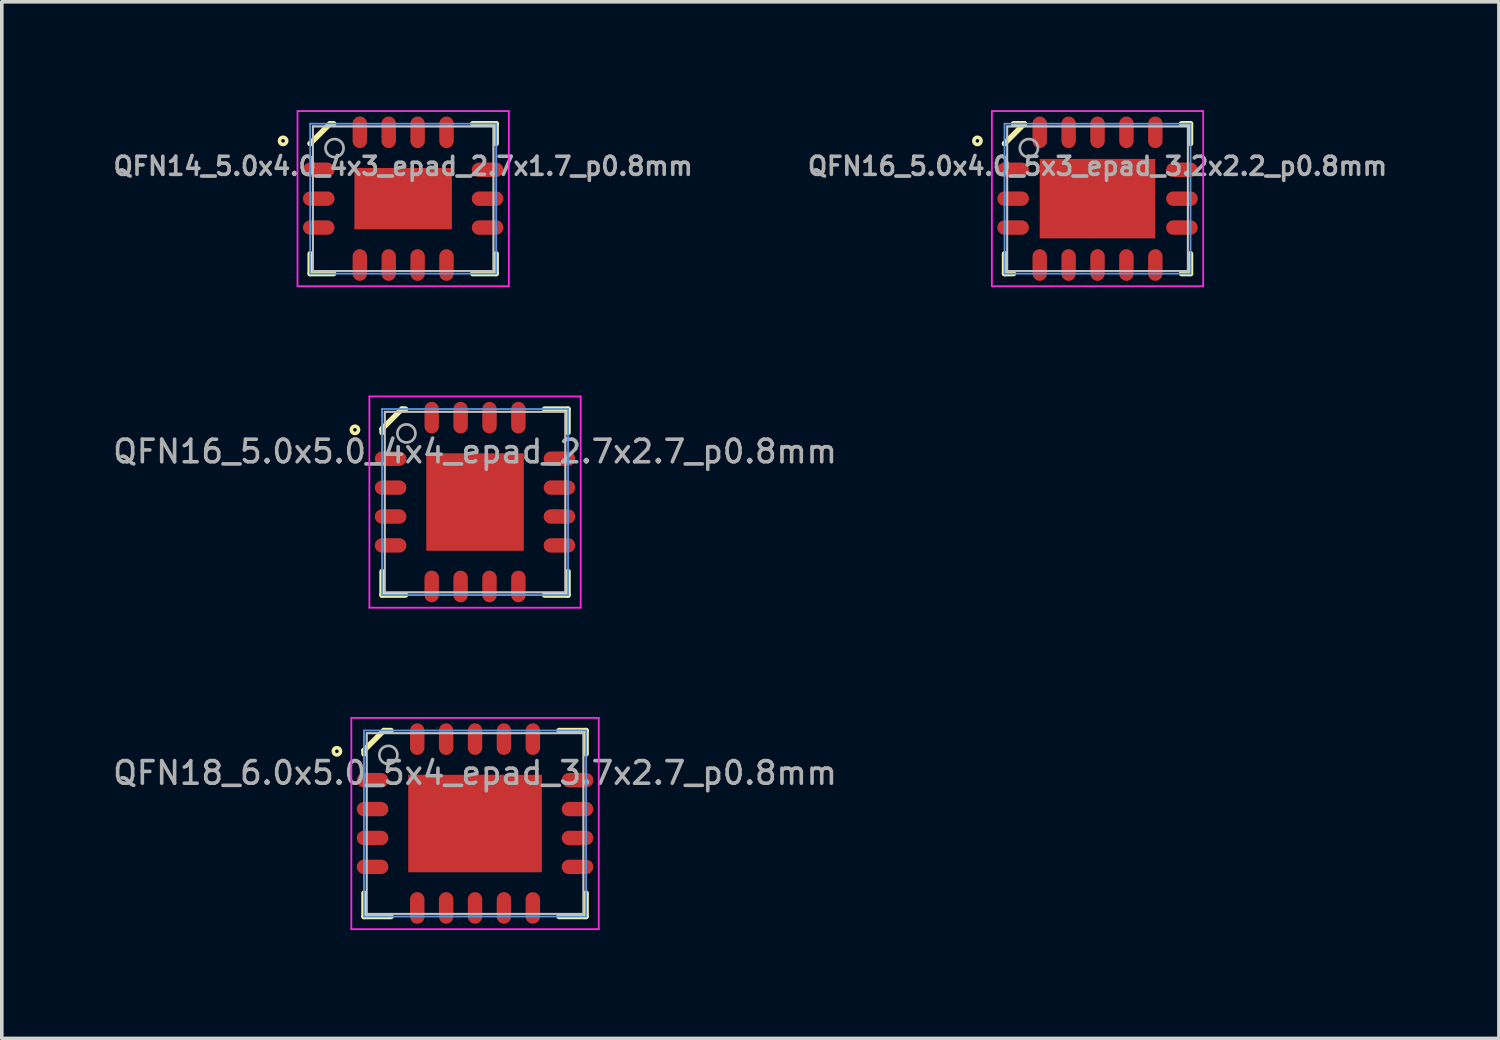
<source format=kicad_pcb>
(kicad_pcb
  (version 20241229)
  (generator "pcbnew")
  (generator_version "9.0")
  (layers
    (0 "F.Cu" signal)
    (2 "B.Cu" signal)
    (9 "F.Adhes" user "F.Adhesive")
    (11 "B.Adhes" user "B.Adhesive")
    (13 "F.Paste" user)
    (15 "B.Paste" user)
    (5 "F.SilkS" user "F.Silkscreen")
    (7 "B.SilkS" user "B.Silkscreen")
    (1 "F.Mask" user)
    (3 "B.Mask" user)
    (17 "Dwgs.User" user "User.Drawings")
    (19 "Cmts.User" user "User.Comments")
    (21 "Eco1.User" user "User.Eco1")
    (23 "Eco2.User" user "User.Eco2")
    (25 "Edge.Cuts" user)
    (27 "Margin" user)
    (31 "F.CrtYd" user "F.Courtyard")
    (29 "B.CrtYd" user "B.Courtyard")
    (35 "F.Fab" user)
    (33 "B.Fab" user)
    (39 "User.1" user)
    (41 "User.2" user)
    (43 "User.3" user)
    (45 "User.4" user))
  (footprint "QFN18_6.0x5.0_5x4_epad_3.7x2.7_p0.8mm"
    (layer "F.Cu")
    (at 10.102 19.75)
    (property "Reference" "QFN18_6.0x5.0_5x4_epad_3.7x2.7_p0.8mm" (at 0 -1.4 0) (layer "F.Fab") (effects (font (size 0.625 0.625) (thickness 0.1))))
    (attr through_hole)
    (fp_line (start -3.075 -2.025) (end -3.075 -1.925) (stroke (width 0.15) (type solid)) (layer "F.SilkS"))
    (fp_line (start -3.075 -2.025) (end -2.525 -2.575) (stroke (width 0.15) (type solid)) (layer "F.SilkS"))
    (fp_line (start -3.075 2.575) (end -3.075 1.925) (stroke (width 0.15) (type solid)) (layer "F.SilkS"))
    (fp_line (start -3.075 2.575) (end -2.325 2.575) (stroke (width 0.15) (type solid)) (layer "F.SilkS"))
    (fp_line (start -2.325 -2.575) (end -2.525 -2.575) (stroke (width 0.15) (type solid)) (layer "F.SilkS"))
    (fp_line (start 3.075 -2.575) (end 2.325 -2.575) (stroke (width 0.15) (type solid)) (layer "F.SilkS"))
    (fp_line (start 3.075 -2.575) (end 3.075 -1.925) (stroke (width 0.15) (type solid)) (layer "F.SilkS"))
    (fp_line (start 3.075 2.575) (end 2.325 2.575) (stroke (width 0.15) (type solid)) (layer "F.SilkS"))
    (fp_line (start 3.075 2.575) (end 3.075 1.925) (stroke (width 0.15) (type solid)) (layer "F.SilkS"))
    (fp_circle (center -3.825 -2) (end -3.754 -1.929) (stroke (width 0.1) (type solid)) (fill no) (layer "F.SilkS"))
    (fp_line (start -3 -2.5) (end -3 2.5) (stroke (width 0.05) (type solid)) (layer "Dwgs.User"))
    (fp_line (start -3 -2.5) (end 3 -2.5) (stroke (width 0.05) (type solid)) (layer "Dwgs.User"))
    (fp_line (start -3 2.5) (end 3 2.5) (stroke (width 0.05) (type solid)) (layer "Dwgs.User"))
    (fp_line (start 3 -2.5) (end 3 2.5) (stroke (width 0.05) (type solid)) (layer "Dwgs.User"))
    (fp_line (start -3.075 -2.575) (end -3.075 2.575) (stroke (width 0.05) (type solid)) (layer "Cmts.User"))
    (fp_line (start -3.075 -2.575) (end 3.075 -2.575) (stroke (width 0.05) (type solid)) (layer "Cmts.User"))
    (fp_line (start -3.075 2.575) (end 3.075 2.575) (stroke (width 0.05) (type solid)) (layer "Cmts.User"))
    (fp_line (start 3.075 -2.575) (end 3.075 2.575) (stroke (width 0.05) (type solid)) (layer "Cmts.User"))
    (fp_line (start -2.925 -2.425) (end -2.925 2.425) (stroke (width 0.05) (type solid)) (layer "Eco1.User"))
    (fp_line (start -2.925 -2.425) (end 2.925 -2.425) (stroke (width 0.05) (type solid)) (layer "Eco1.User"))
    (fp_line (start -2.925 2.425) (end 2.925 2.425) (stroke (width 0.05) (type solid)) (layer "Eco1.User"))
    (fp_line (start 2.925 -2.425) (end 2.925 2.425) (stroke (width 0.05) (type solid)) (layer "Eco1.User"))
    (fp_line (start -3.425 -2.925) (end -3.425 2.925) (stroke (width 0.05) (type solid)) (layer "F.CrtYd"))
    (fp_line (start -3.425 -2.925) (end 3.425 -2.925) (stroke (width 0.05) (type solid)) (layer "F.CrtYd"))
    (fp_line (start -3.425 2.925) (end 3.425 2.925) (stroke (width 0.05) (type solid)) (layer "F.CrtYd"))
    (fp_line (start 3.425 -2.925) (end 3.425 2.925) (stroke (width 0.05) (type solid)) (layer "F.CrtYd"))
    (fp_line (start -3 -2.5) (end -3 2.5) (stroke (width 0.05) (type solid)) (layer "F.Fab"))
    (fp_line (start -3 -2.5) (end 3 -2.5) (stroke (width 0.05) (type solid)) (layer "F.Fab"))
    (fp_line (start -3 2.5) (end 3 2.5) (stroke (width 0.05) (type solid)) (layer "F.Fab"))
    (fp_line (start 3 -2.5) (end 3 2.5) (stroke (width 0.05) (type solid)) (layer "F.Fab"))
    (fp_circle (center -2.4 -1.9) (end -2.223 -1.723) (stroke (width 0.075) (type solid)) (fill no) (layer "F.Fab"))
    (pad "1" smd oval (at -2.837 -1.2 180) (size 0.875 0.4) (layers "F.Cu" "F.Mask" "F.Paste"))
    (pad "2" smd oval (at -2.837 -0.4 180) (size 0.875 0.4) (layers "F.Cu" "F.Mask" "F.Paste"))
    (pad "3" smd oval (at -2.837 0.4 180) (size 0.875 0.4) (layers "F.Cu" "F.Mask" "F.Paste"))
    (pad "4" smd oval (at -2.837 1.2 180) (size 0.875 0.4) (layers "F.Cu" "F.Mask" "F.Paste"))
    (pad "5" smd oval (at -1.6 2.337 270) (size 0.875 0.4) (layers "F.Cu" "F.Mask" "F.Paste"))
    (pad "6" smd oval (at -0.8 2.337 270) (size 0.875 0.4) (layers "F.Cu" "F.Mask" "F.Paste"))
    (pad "7" smd oval (at 0 2.337 270) (size 0.875 0.4) (layers "F.Cu" "F.Mask" "F.Paste"))
    (pad "8" smd oval (at 0.8 2.337 270) (size 0.875 0.4) (layers "F.Cu" "F.Mask" "F.Paste"))
    (pad "9" smd oval (at 1.6 2.337 270) (size 0.875 0.4) (layers "F.Cu" "F.Mask" "F.Paste"))
    (pad "10" smd oval (at 2.837 1.2) (size 0.875 0.4) (layers "F.Cu" "F.Mask" "F.Paste"))
    (pad "11" smd oval (at 2.837 0.4) (size 0.875 0.4) (layers "F.Cu" "F.Mask" "F.Paste"))
    (pad "12" smd oval (at 2.837 -0.4) (size 0.875 0.4) (layers "F.Cu" "F.Mask" "F.Paste"))
    (pad "13" smd oval (at 2.837 -1.2) (size 0.875 0.4) (layers "F.Cu" "F.Mask" "F.Paste"))
    (pad "14" smd oval (at 1.6 -2.337 90) (size 0.875 0.4) (layers "F.Cu" "F.Mask" "F.Paste"))
    (pad "15" smd oval (at 0.8 -2.337 90) (size 0.875 0.4) (layers "F.Cu" "F.Mask" "F.Paste"))
    (pad "16" smd oval (at 0 -2.337 90) (size 0.875 0.4) (layers "F.Cu" "F.Mask" "F.Paste"))
    (pad "17" smd oval (at -0.8 -2.337 90) (size 0.875 0.4) (layers "F.Cu" "F.Mask" "F.Paste"))
    (pad "18" smd oval (at -1.6 -2.337 90) (size 0.875 0.4) (layers "F.Cu" "F.Mask" "F.Paste"))
    (pad "19" smd rect (at 0 0) (size 3.7 2.7) (layers "F.Cu" "F.Mask" "F.Paste")))
  (footprint "QFN16_5.0x5.0_4x4_epad_2.7x2.7_p0.8mm"
    (layer "F.Cu")
    (at 10.102 10.85)
    (property "Reference" "QFN16_5.0x5.0_4x4_epad_2.7x2.7_p0.8mm" (at 0 -1.4 0) (layer "F.Fab") (effects (font (size 0.625 0.625) (thickness 0.1))))
    (attr through_hole)
    (fp_line (start -2.575 -2.025) (end -2.575 -1.925) (stroke (width 0.15) (type solid)) (layer "F.SilkS"))
    (fp_line (start -2.575 -2.025) (end -2.025 -2.575) (stroke (width 0.15) (type solid)) (layer "F.SilkS"))
    (fp_line (start -2.575 2.575) (end -2.575 1.925) (stroke (width 0.15) (type solid)) (layer "F.SilkS"))
    (fp_line (start -2.575 2.575) (end -1.925 2.575) (stroke (width 0.15) (type solid)) (layer "F.SilkS"))
    (fp_line (start -1.925 -2.575) (end -2.025 -2.575) (stroke (width 0.15) (type solid)) (layer "F.SilkS"))
    (fp_line (start 2.575 -2.575) (end 1.925 -2.575) (stroke (width 0.15) (type solid)) (layer "F.SilkS"))
    (fp_line (start 2.575 -2.575) (end 2.575 -1.925) (stroke (width 0.15) (type solid)) (layer "F.SilkS"))
    (fp_line (start 2.575 2.575) (end 1.925 2.575) (stroke (width 0.15) (type solid)) (layer "F.SilkS"))
    (fp_line (start 2.575 2.575) (end 2.575 1.925) (stroke (width 0.15) (type solid)) (layer "F.SilkS"))
    (fp_circle (center -3.325 -2) (end -3.254 -1.929) (stroke (width 0.1) (type solid)) (fill no) (layer "F.SilkS"))
    (fp_line (start -2.5 -2.5) (end -2.5 2.5) (stroke (width 0.05) (type solid)) (layer "Dwgs.User"))
    (fp_line (start -2.5 -2.5) (end 2.5 -2.5) (stroke (width 0.05) (type solid)) (layer "Dwgs.User"))
    (fp_line (start -2.5 2.5) (end 2.5 2.5) (stroke (width 0.05) (type solid)) (layer "Dwgs.User"))
    (fp_line (start 2.5 -2.5) (end 2.5 2.5) (stroke (width 0.05) (type solid)) (layer "Dwgs.User"))
    (fp_line (start -2.575 -2.575) (end -2.575 2.575) (stroke (width 0.05) (type solid)) (layer "Cmts.User"))
    (fp_line (start -2.575 -2.575) (end 2.575 -2.575) (stroke (width 0.05) (type solid)) (layer "Cmts.User"))
    (fp_line (start -2.575 2.575) (end 2.575 2.575) (stroke (width 0.05) (type solid)) (layer "Cmts.User"))
    (fp_line (start 2.575 -2.575) (end 2.575 2.575) (stroke (width 0.05) (type solid)) (layer "Cmts.User"))
    (fp_line (start -2.425 -2.425) (end -2.425 2.425) (stroke (width 0.05) (type solid)) (layer "Eco1.User"))
    (fp_line (start -2.425 -2.425) (end 2.425 -2.425) (stroke (width 0.05) (type solid)) (layer "Eco1.User"))
    (fp_line (start -2.425 2.425) (end 2.425 2.425) (stroke (width 0.05) (type solid)) (layer "Eco1.User"))
    (fp_line (start 2.425 -2.425) (end 2.425 2.425) (stroke (width 0.05) (type solid)) (layer "Eco1.User"))
    (fp_line (start -2.925 -2.925) (end -2.925 2.925) (stroke (width 0.05) (type solid)) (layer "F.CrtYd"))
    (fp_line (start -2.925 -2.925) (end 2.925 -2.925) (stroke (width 0.05) (type solid)) (layer "F.CrtYd"))
    (fp_line (start -2.925 2.925) (end 2.925 2.925) (stroke (width 0.05) (type solid)) (layer "F.CrtYd"))
    (fp_line (start 2.925 -2.925) (end 2.925 2.925) (stroke (width 0.05) (type solid)) (layer "F.CrtYd"))
    (fp_line (start -2.5 -2.5) (end -2.5 2.5) (stroke (width 0.05) (type solid)) (layer "F.Fab"))
    (fp_line (start -2.5 -2.5) (end 2.5 -2.5) (stroke (width 0.05) (type solid)) (layer "F.Fab"))
    (fp_line (start -2.5 2.5) (end 2.5 2.5) (stroke (width 0.05) (type solid)) (layer "F.Fab"))
    (fp_line (start 2.5 -2.5) (end 2.5 2.5) (stroke (width 0.05) (type solid)) (layer "F.Fab"))
    (fp_circle (center -1.9 -1.9) (end -1.723 -1.723) (stroke (width 0.075) (type solid)) (fill no) (layer "F.Fab"))
    (pad "1" smd oval (at -2.337 -1.2 180) (size 0.875 0.4) (layers "F.Cu" "F.Mask" "F.Paste"))
    (pad "2" smd oval (at -2.337 -0.4 180) (size 0.875 0.4) (layers "F.Cu" "F.Mask" "F.Paste"))
    (pad "3" smd oval (at -2.337 0.4 180) (size 0.875 0.4) (layers "F.Cu" "F.Mask" "F.Paste"))
    (pad "4" smd oval (at -2.337 1.2 180) (size 0.875 0.4) (layers "F.Cu" "F.Mask" "F.Paste"))
    (pad "5" smd oval (at -1.2 2.337 270) (size 0.875 0.4) (layers "F.Cu" "F.Mask" "F.Paste"))
    (pad "6" smd oval (at -0.4 2.337 270) (size 0.875 0.4) (layers "F.Cu" "F.Mask" "F.Paste"))
    (pad "7" smd oval (at 0.4 2.337 270) (size 0.875 0.4) (layers "F.Cu" "F.Mask" "F.Paste"))
    (pad "8" smd oval (at 1.2 2.337 270) (size 0.875 0.4) (layers "F.Cu" "F.Mask" "F.Paste"))
    (pad "9" smd oval (at 2.337 1.2) (size 0.875 0.4) (layers "F.Cu" "F.Mask" "F.Paste"))
    (pad "10" smd oval (at 2.337 0.4) (size 0.875 0.4) (layers "F.Cu" "F.Mask" "F.Paste"))
    (pad "11" smd oval (at 2.337 -0.4) (size 0.875 0.4) (layers "F.Cu" "F.Mask" "F.Paste"))
    (pad "12" smd oval (at 2.337 -1.2) (size 0.875 0.4) (layers "F.Cu" "F.Mask" "F.Paste"))
    (pad "13" smd oval (at 1.2 -2.337 90) (size 0.875 0.4) (layers "F.Cu" "F.Mask" "F.Paste"))
    (pad "14" smd oval (at 0.4 -2.337 90) (size 0.875 0.4) (layers "F.Cu" "F.Mask" "F.Paste"))
    (pad "15" smd oval (at -0.4 -2.337 90) (size 0.875 0.4) (layers "F.Cu" "F.Mask" "F.Paste"))
    (pad "16" smd oval (at -1.2 -2.337 90) (size 0.875 0.4) (layers "F.Cu" "F.Mask" "F.Paste"))
    (pad "17" smd rect (at 0 0) (size 2.7 2.7) (layers "F.Cu" "F.Mask" "F.Paste")))
  (footprint "QFN16_5.0x4.0_5x3_epad_3.2x2.2_p0.8mm"
    (layer "F.Cu")
    (at 27.336 2.45)
    (property "Reference" "QFN16_5.0x4.0_5x3_epad_3.2x2.2_p0.8mm" (at 0 -0.9 0) (layer "F.Fab") (effects (font (size 0.5 0.5) (thickness 0.1))))
    (attr through_hole)
    (fp_line (start -2.575 -1.525) (end -2.575 -1.525) (stroke (width 0.15) (type solid)) (layer "F.SilkS"))
    (fp_line (start -2.575 -1.525) (end -2.025 -2.075) (stroke (width 0.15) (type solid)) (layer "F.SilkS"))
    (fp_line (start -2.575 2.075) (end -2.575 1.525) (stroke (width 0.15) (type solid)) (layer "F.SilkS"))
    (fp_line (start -2.575 2.075) (end -2.325 2.075) (stroke (width 0.15) (type solid)) (layer "F.SilkS"))
    (fp_line (start -2.325 -2.075) (end -2.025 -2.075) (stroke (width 0.15) (type solid)) (layer "F.SilkS"))
    (fp_line (start 2.575 -2.075) (end 2.325 -2.075) (stroke (width 0.15) (type solid)) (layer "F.SilkS"))
    (fp_line (start 2.575 -2.075) (end 2.575 -1.525) (stroke (width 0.15) (type solid)) (layer "F.SilkS"))
    (fp_line (start 2.575 2.075) (end 2.325 2.075) (stroke (width 0.15) (type solid)) (layer "F.SilkS"))
    (fp_line (start 2.575 2.075) (end 2.575 1.525) (stroke (width 0.15) (type solid)) (layer "F.SilkS"))
    (fp_circle (center -3.325 -1.6) (end -3.254 -1.529) (stroke (width 0.1) (type solid)) (fill no) (layer "F.SilkS"))
    (fp_line (start -2.5 -2) (end -2.5 2) (stroke (width 0.05) (type solid)) (layer "Dwgs.User"))
    (fp_line (start -2.5 -2) (end 2.5 -2) (stroke (width 0.05) (type solid)) (layer "Dwgs.User"))
    (fp_line (start -2.5 2) (end 2.5 2) (stroke (width 0.05) (type solid)) (layer "Dwgs.User"))
    (fp_line (start 2.5 -2) (end 2.5 2) (stroke (width 0.05) (type solid)) (layer "Dwgs.User"))
    (fp_line (start -2.575 -2.075) (end -2.575 2.075) (stroke (width 0.05) (type solid)) (layer "Cmts.User"))
    (fp_line (start -2.575 -2.075) (end 2.575 -2.075) (stroke (width 0.05) (type solid)) (layer "Cmts.User"))
    (fp_line (start -2.575 2.075) (end 2.575 2.075) (stroke (width 0.05) (type solid)) (layer "Cmts.User"))
    (fp_line (start 2.575 -2.075) (end 2.575 2.075) (stroke (width 0.05) (type solid)) (layer "Cmts.User"))
    (fp_line (start -2.425 -1.925) (end -2.425 1.925) (stroke (width 0.05) (type solid)) (layer "Eco1.User"))
    (fp_line (start -2.425 -1.925) (end 2.425 -1.925) (stroke (width 0.05) (type solid)) (layer "Eco1.User"))
    (fp_line (start -2.425 1.925) (end 2.425 1.925) (stroke (width 0.05) (type solid)) (layer "Eco1.User"))
    (fp_line (start 2.425 -1.925) (end 2.425 1.925) (stroke (width 0.05) (type solid)) (layer "Eco1.User"))
    (fp_line (start -2.925 -2.425) (end -2.925 2.425) (stroke (width 0.05) (type solid)) (layer "F.CrtYd"))
    (fp_line (start -2.925 -2.425) (end 2.925 -2.425) (stroke (width 0.05) (type solid)) (layer "F.CrtYd"))
    (fp_line (start -2.925 2.425) (end 2.925 2.425) (stroke (width 0.05) (type solid)) (layer "F.CrtYd"))
    (fp_line (start 2.925 -2.425) (end 2.925 2.425) (stroke (width 0.05) (type solid)) (layer "F.CrtYd"))
    (fp_line (start -2.5 -2) (end -2.5 2) (stroke (width 0.05) (type solid)) (layer "F.Fab"))
    (fp_line (start -2.5 -2) (end 2.5 -2) (stroke (width 0.05) (type solid)) (layer "F.Fab"))
    (fp_line (start -2.5 2) (end 2.5 2) (stroke (width 0.05) (type solid)) (layer "F.Fab"))
    (fp_line (start 2.5 -2) (end 2.5 2) (stroke (width 0.05) (type solid)) (layer "F.Fab"))
    (fp_circle (center -1.9 -1.4) (end -1.723 -1.223) (stroke (width 0.075) (type solid)) (fill no) (layer "F.Fab"))
    (pad "1" smd oval (at -2.337 -0.8 180) (size 0.875 0.4) (layers "F.Cu" "F.Mask" "F.Paste"))
    (pad "2" smd oval (at -2.337 0 180) (size 0.875 0.4) (layers "F.Cu" "F.Mask" "F.Paste"))
    (pad "3" smd oval (at -2.337 0.8 180) (size 0.875 0.4) (layers "F.Cu" "F.Mask" "F.Paste"))
    (pad "4" smd oval (at -1.6 1.837 270) (size 0.875 0.4) (layers "F.Cu" "F.Mask" "F.Paste"))
    (pad "5" smd oval (at -0.8 1.837 270) (size 0.875 0.4) (layers "F.Cu" "F.Mask" "F.Paste"))
    (pad "6" smd oval (at 0 1.837 270) (size 0.875 0.4) (layers "F.Cu" "F.Mask" "F.Paste"))
    (pad "7" smd oval (at 0.8 1.837 270) (size 0.875 0.4) (layers "F.Cu" "F.Mask" "F.Paste"))
    (pad "8" smd oval (at 1.6 1.837 270) (size 0.875 0.4) (layers "F.Cu" "F.Mask" "F.Paste"))
    (pad "9" smd oval (at 2.337 0.8) (size 0.875 0.4) (layers "F.Cu" "F.Mask" "F.Paste"))
    (pad "10" smd oval (at 2.337 0) (size 0.875 0.4) (layers "F.Cu" "F.Mask" "F.Paste"))
    (pad "11" smd oval (at 2.337 -0.8) (size 0.875 0.4) (layers "F.Cu" "F.Mask" "F.Paste"))
    (pad "12" smd oval (at 1.6 -1.837 90) (size 0.875 0.4) (layers "F.Cu" "F.Mask" "F.Paste"))
    (pad "13" smd oval (at 0.8 -1.837 90) (size 0.875 0.4) (layers "F.Cu" "F.Mask" "F.Paste"))
    (pad "14" smd oval (at 0 -1.837 90) (size 0.875 0.4) (layers "F.Cu" "F.Mask" "F.Paste"))
    (pad "15" smd oval (at -0.8 -1.837 90) (size 0.875 0.4) (layers "F.Cu" "F.Mask" "F.Paste"))
    (pad "16" smd oval (at -1.6 -1.837 90) (size 0.875 0.4) (layers "F.Cu" "F.Mask" "F.Paste"))
    (pad "17" smd rect (at 0 0) (size 3.2 2.2) (layers "F.Cu" "F.Mask" "F.Paste")))
  (footprint "QFN14_5.0x4.0_4x3_epad_2.7x1.7_p0.8mm"
    (layer "F.Cu")
    (at 8.112 2.45)
    (property "Reference" "QFN14_5.0x4.0_4x3_epad_2.7x1.7_p0.8mm" (at 0 -0.9 0) (layer "F.Fab") (effects (font (size 0.5 0.5) (thickness 0.1))))
    (attr through_hole)
    (fp_line (start -2.575 -1.525) (end -2.575 -1.525) (stroke (width 0.15) (type solid)) (layer "F.SilkS"))
    (fp_line (start -2.575 -1.525) (end -2.025 -2.075) (stroke (width 0.15) (type solid)) (layer "F.SilkS"))
    (fp_line (start -2.575 2.075) (end -2.575 1.525) (stroke (width 0.15) (type solid)) (layer "F.SilkS"))
    (fp_line (start -2.575 2.075) (end -1.925 2.075) (stroke (width 0.15) (type solid)) (layer "F.SilkS"))
    (fp_line (start -1.925 -2.075) (end -2.025 -2.075) (stroke (width 0.15) (type solid)) (layer "F.SilkS"))
    (fp_line (start 2.575 -2.075) (end 1.925 -2.075) (stroke (width 0.15) (type solid)) (layer "F.SilkS"))
    (fp_line (start 2.575 -2.075) (end 2.575 -1.525) (stroke (width 0.15) (type solid)) (layer "F.SilkS"))
    (fp_line (start 2.575 2.075) (end 1.925 2.075) (stroke (width 0.15) (type solid)) (layer "F.SilkS"))
    (fp_line (start 2.575 2.075) (end 2.575 1.525) (stroke (width 0.15) (type solid)) (layer "F.SilkS"))
    (fp_circle (center -3.325 -1.6) (end -3.254 -1.529) (stroke (width 0.1) (type solid)) (fill no) (layer "F.SilkS"))
    (fp_line (start -2.5 -2) (end -2.5 2) (stroke (width 0.05) (type solid)) (layer "Dwgs.User"))
    (fp_line (start -2.5 -2) (end 2.5 -2) (stroke (width 0.05) (type solid)) (layer "Dwgs.User"))
    (fp_line (start -2.5 2) (end 2.5 2) (stroke (width 0.05) (type solid)) (layer "Dwgs.User"))
    (fp_line (start 2.5 -2) (end 2.5 2) (stroke (width 0.05) (type solid)) (layer "Dwgs.User"))
    (fp_line (start -2.575 -2.075) (end -2.575 2.075) (stroke (width 0.05) (type solid)) (layer "Cmts.User"))
    (fp_line (start -2.575 -2.075) (end 2.575 -2.075) (stroke (width 0.05) (type solid)) (layer "Cmts.User"))
    (fp_line (start -2.575 2.075) (end 2.575 2.075) (stroke (width 0.05) (type solid)) (layer "Cmts.User"))
    (fp_line (start 2.575 -2.075) (end 2.575 2.075) (stroke (width 0.05) (type solid)) (layer "Cmts.User"))
    (fp_line (start -2.425 -1.925) (end -2.425 1.925) (stroke (width 0.05) (type solid)) (layer "Eco1.User"))
    (fp_line (start -2.425 -1.925) (end 2.425 -1.925) (stroke (width 0.05) (type solid)) (layer "Eco1.User"))
    (fp_line (start -2.425 1.925) (end 2.425 1.925) (stroke (width 0.05) (type solid)) (layer "Eco1.User"))
    (fp_line (start 2.425 -1.925) (end 2.425 1.925) (stroke (width 0.05) (type solid)) (layer "Eco1.User"))
    (fp_line (start -2.925 -2.425) (end -2.925 2.425) (stroke (width 0.05) (type solid)) (layer "F.CrtYd"))
    (fp_line (start -2.925 -2.425) (end 2.925 -2.425) (stroke (width 0.05) (type solid)) (layer "F.CrtYd"))
    (fp_line (start -2.925 2.425) (end 2.925 2.425) (stroke (width 0.05) (type solid)) (layer "F.CrtYd"))
    (fp_line (start 2.925 -2.425) (end 2.925 2.425) (stroke (width 0.05) (type solid)) (layer "F.CrtYd"))
    (fp_line (start -2.5 -2) (end -2.5 2) (stroke (width 0.05) (type solid)) (layer "F.Fab"))
    (fp_line (start -2.5 -2) (end 2.5 -2) (stroke (width 0.05) (type solid)) (layer "F.Fab"))
    (fp_line (start -2.5 2) (end 2.5 2) (stroke (width 0.05) (type solid)) (layer "F.Fab"))
    (fp_line (start 2.5 -2) (end 2.5 2) (stroke (width 0.05) (type solid)) (layer "F.Fab"))
    (fp_circle (center -1.9 -1.4) (end -1.723 -1.223) (stroke (width 0.075) (type solid)) (fill no) (layer "F.Fab"))
    (pad "1" smd oval (at -2.337 -0.8 180) (size 0.875 0.4) (layers "F.Cu" "F.Mask" "F.Paste"))
    (pad "2" smd oval (at -2.337 0 180) (size 0.875 0.4) (layers "F.Cu" "F.Mask" "F.Paste"))
    (pad "3" smd oval (at -2.337 0.8 180) (size 0.875 0.4) (layers "F.Cu" "F.Mask" "F.Paste"))
    (pad "4" smd oval (at -1.2 1.837 270) (size 0.875 0.4) (layers "F.Cu" "F.Mask" "F.Paste"))
    (pad "5" smd oval (at -0.4 1.837 270) (size 0.875 0.4) (layers "F.Cu" "F.Mask" "F.Paste"))
    (pad "6" smd oval (at 0.4 1.837 270) (size 0.875 0.4) (layers "F.Cu" "F.Mask" "F.Paste"))
    (pad "7" smd oval (at 1.2 1.837 270) (size 0.875 0.4) (layers "F.Cu" "F.Mask" "F.Paste"))
    (pad "8" smd oval (at 2.337 0.8) (size 0.875 0.4) (layers "F.Cu" "F.Mask" "F.Paste"))
    (pad "9" smd oval (at 2.337 0) (size 0.875 0.4) (layers "F.Cu" "F.Mask" "F.Paste"))
    (pad "10" smd oval (at 2.337 -0.8) (size 0.875 0.4) (layers "F.Cu" "F.Mask" "F.Paste"))
    (pad "11" smd oval (at 1.2 -1.837 90) (size 0.875 0.4) (layers "F.Cu" "F.Mask" "F.Paste"))
    (pad "12" smd oval (at 0.4 -1.837 90) (size 0.875 0.4) (layers "F.Cu" "F.Mask" "F.Paste"))
    (pad "13" smd oval (at -0.4 -1.837 90) (size 0.875 0.4) (layers "F.Cu" "F.Mask" "F.Paste"))
    (pad "14" smd oval (at -1.2 -1.837 90) (size 0.875 0.4) (layers "F.Cu" "F.Mask" "F.Paste"))
    (pad "15" smd rect (at 0 0) (size 2.7 1.7) (layers "F.Cu" "F.Mask" "F.Paste")))
  (gr_rect
    (start -3 -3)
    (end 38.448 25.7)
    (stroke (width 0.1) (type default))
    (fill no)
    (layer "Edge.Cuts")))
</source>
